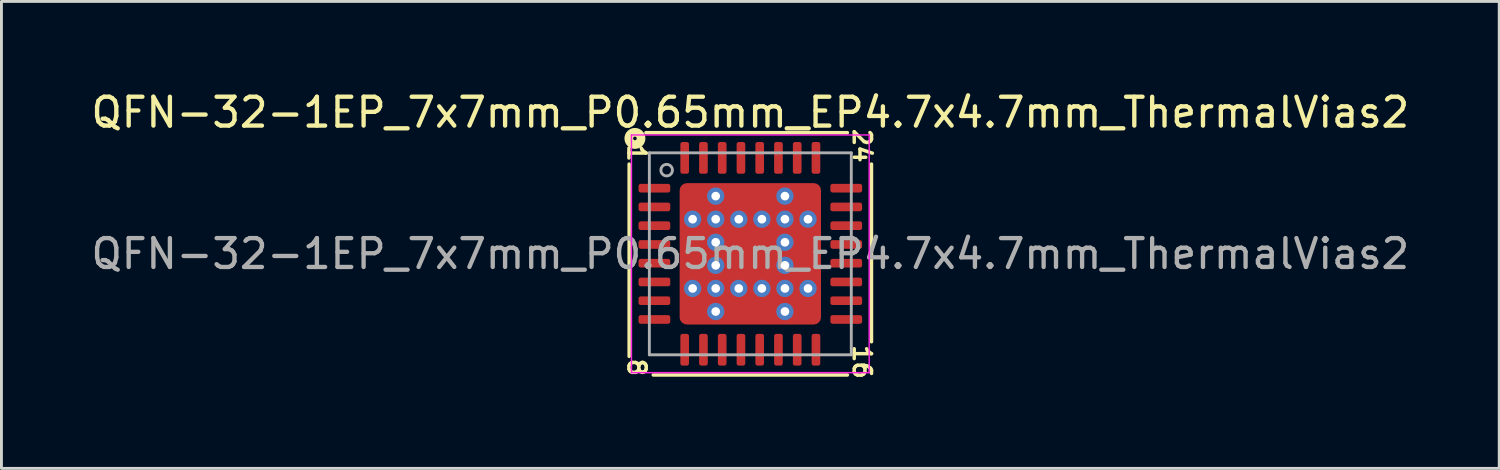
<source format=kicad_pcb>
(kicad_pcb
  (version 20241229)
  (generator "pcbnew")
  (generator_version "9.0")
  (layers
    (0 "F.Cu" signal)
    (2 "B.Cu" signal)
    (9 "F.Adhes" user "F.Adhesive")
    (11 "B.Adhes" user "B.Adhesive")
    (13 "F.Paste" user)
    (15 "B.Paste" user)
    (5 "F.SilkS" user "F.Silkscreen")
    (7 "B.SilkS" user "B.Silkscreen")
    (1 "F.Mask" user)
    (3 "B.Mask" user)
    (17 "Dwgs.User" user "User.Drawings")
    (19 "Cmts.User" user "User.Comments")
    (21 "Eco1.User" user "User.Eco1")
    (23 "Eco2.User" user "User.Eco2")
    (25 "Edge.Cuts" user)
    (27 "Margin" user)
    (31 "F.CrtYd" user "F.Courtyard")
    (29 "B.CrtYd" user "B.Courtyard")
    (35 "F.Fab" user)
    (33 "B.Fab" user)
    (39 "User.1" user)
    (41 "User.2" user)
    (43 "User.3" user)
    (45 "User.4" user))
  (footprint "QFN-32-1EP_7x7mm_P0.65mm_EP4.7x4.7mm_ThermalVias2"
    (layer "F.Cu")
    (at 22.958 5.748)
    (property "Reference" "QFN-32-1EP_7x7mm_P0.65mm_EP4.7x4.7mm_ThermalVias2" (at 0 -4.9 0) (layer "F.SilkS") (effects (font (size 1 1) (thickness 0.15))))
    (attr smd)
    (fp_line (start -4.2 -3.111) (end -4.2 3.556) (stroke (width 0.12) (type solid)) (layer "F.SilkS"))
    (fp_line (start -3.365 4.2) (end 3.365 4.2) (stroke (width 0.12) (type solid)) (layer "F.SilkS"))
    (fp_line (start 3.365 -4.2) (end -3.619 -4.2) (stroke (width 0.12) (type solid)) (layer "F.SilkS"))
    (fp_line (start 4.2 3.048) (end 4.2 -3.111) (stroke (width 0.12) (type solid)) (layer "F.SilkS"))
    (fp_circle (center -4 -4) (end -3.937 -4) (stroke (width 0.3) (type solid)) (fill no) (layer "F.SilkS"))
    (fp_line (start -4.12 -4.12) (end -4.12 4.12) (stroke (width 0.05) (type solid)) (layer "F.CrtYd"))
    (fp_line (start -4.12 4.12) (end 4.12 4.12) (stroke (width 0.05) (type solid)) (layer "F.CrtYd"))
    (fp_line (start 4.12 -4.12) (end -4.12 -4.12) (stroke (width 0.05) (type solid)) (layer "F.CrtYd"))
    (fp_line (start 4.12 4.12) (end 4.12 -4.12) (stroke (width 0.05) (type solid)) (layer "F.CrtYd"))
    (fp_line (start -3.5 -3.5) (end 3.5 -3.5) (stroke (width 0.1) (type solid)) (layer "F.Fab"))
    (fp_line (start -3.5 3.5) (end -3.5 -3.5) (stroke (width 0.1) (type solid)) (layer "F.Fab"))
    (fp_line (start 3.5 -3.5) (end 3.5 3.5) (stroke (width 0.1) (type solid)) (layer "F.Fab"))
    (fp_line (start 3.5 3.5) (end -3.5 3.5) (stroke (width 0.1) (type solid)) (layer "F.Fab"))
    (fp_circle (center -2.9 -2.9) (end -2.7 -2.9) (stroke (width 0.1) (type solid)) (fill no) (layer "F.Fab"))
    (fp_text user "16" (at 3.873 3.747 270) (unlocked yes) (layer "F.SilkS") (effects (font (size 0.6 0.6) (thickness 0.12))))
    (fp_text user "8" (at -3.937 3.937 270) (unlocked yes) (layer "F.SilkS") (effects (font (size 0.6 0.6) (thickness 0.12))))
    (fp_text user "1" (at -3.937 -3.493 270) (unlocked yes) (layer "F.SilkS") (effects (font (size 0.6 0.6) (thickness 0.12))))
    (fp_text user "24" (at 3.873 -3.747 270) (unlocked yes) (layer "F.SilkS") (effects (font (size 0.6 0.6) (thickness 0.12))))
    (fp_text user "${REFERENCE}" (at 0 0 0) (layer "F.Fab") (effects (font (size 1 1) (thickness 0.15))))
    (pad "" smd roundrect (at -1.925 -1.925) (size 0.65 0.65) (layers "F.Paste") (roundrect_rratio 0.25))
    (pad "" smd roundrect (at -1.925 -1.925) (size 0.85 0.85) (layers "F.Mask") (roundrect_rratio 0.25))
    (pad "" smd roundrect (at -1.925 -0.45) (size 0.65 0.7) (layers "F.Paste") (roundrect_rratio 0.25))
    (pad "" smd roundrect (at -1.925 0) (size 0.85 1.8) (layers "F.Mask") (roundrect_rratio 0.25))
    (pad "" smd roundrect (at -1.925 0.45) (size 0.65 0.7) (layers "F.Paste") (roundrect_rratio 0.25))
    (pad "" smd roundrect (at -1.925 1.925) (size 0.65 0.65) (layers "F.Paste") (roundrect_rratio 0.25))
    (pad "" smd roundrect (at -1.925 1.925) (size 0.85 0.85) (layers "F.Mask") (roundrect_rratio 0.25))
    (pad "" smd roundrect (at -0.45 -1.925) (size 0.7 0.65) (layers "F.Paste") (roundrect_rratio 0.25))
    (pad "" smd roundrect (at -0.45 -0.45) (size 0.7 0.7) (layers "F.Paste") (roundrect_rratio 0.25))
    (pad "" smd roundrect (at -0.45 0.45) (size 0.7 0.7) (layers "F.Paste") (roundrect_rratio 0.25))
    (pad "" smd roundrect (at -0.45 1.925) (size 0.7 0.65) (layers "F.Paste") (roundrect_rratio 0.25))
    (pad "" smd roundrect (at 0 -1.925) (size 1.8 0.85) (layers "F.Mask") (roundrect_rratio 0.25))
    (pad "" smd roundrect (at 0 0) (size 1.8 1.8) (layers "F.Mask") (roundrect_rratio 0.139))
    (pad "" smd roundrect (at 0 1.925) (size 1.8 0.85) (layers "F.Mask") (roundrect_rratio 0.25))
    (pad "" smd roundrect (at 0.45 -1.925) (size 0.7 0.65) (layers "F.Paste") (roundrect_rratio 0.25))
    (pad "" smd roundrect (at 0.45 -0.45) (size 0.7 0.7) (layers "F.Paste") (roundrect_rratio 0.25))
    (pad "" smd roundrect (at 0.45 0.45) (size 0.7 0.7) (layers "F.Paste") (roundrect_rratio 0.25))
    (pad "" smd roundrect (at 0.45 1.925) (size 0.7 0.65) (layers "F.Paste") (roundrect_rratio 0.25))
    (pad "" smd roundrect (at 1.925 -1.925) (size 0.65 0.65) (layers "F.Paste") (roundrect_rratio 0.25))
    (pad "" smd roundrect (at 1.925 -1.925) (size 0.85 0.85) (layers "F.Mask") (roundrect_rratio 0.25))
    (pad "" smd roundrect (at 1.925 -0.45) (size 0.65 0.7) (layers "F.Paste") (roundrect_rratio 0.25))
    (pad "" smd roundrect (at 1.925 0) (size 0.85 1.8) (layers "F.Mask") (roundrect_rratio 0.25))
    (pad "" smd roundrect (at 1.925 0.45) (size 0.65 0.7) (layers "F.Paste") (roundrect_rratio 0.25))
    (pad "" smd roundrect (at 1.925 1.925) (size 0.65 0.65) (layers "F.Paste") (roundrect_rratio 0.25))
    (pad "" smd roundrect (at 1.925 1.925) (size 0.85 0.85) (layers "F.Mask") (roundrect_rratio 0.25))
    (pad "1" smd roundrect (at -3.325 -2.275) (size 1.1 0.3) (layers "F.Cu" "F.Mask" "F.Paste") (roundrect_rratio 0.25))
    (pad "2" smd roundrect (at -3.325 -1.625) (size 1.1 0.3) (layers "F.Cu" "F.Mask" "F.Paste") (roundrect_rratio 0.25))
    (pad "3" smd roundrect (at -3.325 -0.975) (size 1.1 0.3) (layers "F.Cu" "F.Mask" "F.Paste") (roundrect_rratio 0.25))
    (pad "4" smd roundrect (at -3.325 -0.325) (size 1.1 0.3) (layers "F.Cu" "F.Mask" "F.Paste") (roundrect_rratio 0.25))
    (pad "5" smd roundrect (at -3.325 0.325) (size 1.1 0.3) (layers "F.Cu" "F.Mask" "F.Paste") (roundrect_rratio 0.25))
    (pad "6" smd roundrect (at -3.325 0.975) (size 1.1 0.3) (layers "F.Cu" "F.Mask" "F.Paste") (roundrect_rratio 0.25))
    (pad "7" smd roundrect (at -3.325 1.625) (size 1.1 0.3) (layers "F.Cu" "F.Mask" "F.Paste") (roundrect_rratio 0.25))
    (pad "8" smd roundrect (at -3.325 2.275) (size 1.1 0.3) (layers "F.Cu" "F.Mask" "F.Paste") (roundrect_rratio 0.25))
    (pad "9" smd roundrect (at -2.275 3.325) (size 0.3 1.1) (layers "F.Cu" "F.Mask" "F.Paste") (roundrect_rratio 0.25))
    (pad "10" smd roundrect (at -1.625 3.325) (size 0.3 1.1) (layers "F.Cu" "F.Mask" "F.Paste") (roundrect_rratio 0.25))
    (pad "11" smd roundrect (at -0.975 3.325) (size 0.3 1.1) (layers "F.Cu" "F.Mask" "F.Paste") (roundrect_rratio 0.25))
    (pad "12" smd roundrect (at -0.325 3.325) (size 0.3 1.1) (layers "F.Cu" "F.Mask" "F.Paste") (roundrect_rratio 0.25))
    (pad "13" smd roundrect (at 0.325 3.325) (size 0.3 1.1) (layers "F.Cu" "F.Mask" "F.Paste") (roundrect_rratio 0.25))
    (pad "14" smd roundrect (at 0.975 3.325) (size 0.3 1.1) (layers "F.Cu" "F.Mask" "F.Paste") (roundrect_rratio 0.25))
    (pad "15" smd roundrect (at 1.625 3.325) (size 0.3 1.1) (layers "F.Cu" "F.Mask" "F.Paste") (roundrect_rratio 0.25))
    (pad "16" smd roundrect (at 2.275 3.325) (size 0.3 1.1) (layers "F.Cu" "F.Mask" "F.Paste") (roundrect_rratio 0.25))
    (pad "17" smd roundrect (at 3.325 2.275) (size 1.1 0.3) (layers "F.Cu" "F.Mask" "F.Paste") (roundrect_rratio 0.25))
    (pad "18" smd roundrect (at 3.325 1.625) (size 1.1 0.3) (layers "F.Cu" "F.Mask" "F.Paste") (roundrect_rratio 0.25))
    (pad "19" smd roundrect (at 3.325 0.975) (size 1.1 0.3) (layers "F.Cu" "F.Mask" "F.Paste") (roundrect_rratio 0.25))
    (pad "20" smd roundrect (at 3.325 0.325) (size 1.1 0.3) (layers "F.Cu" "F.Mask" "F.Paste") (roundrect_rratio 0.25))
    (pad "21" smd roundrect (at 3.325 -0.325) (size 1.1 0.3) (layers "F.Cu" "F.Mask" "F.Paste") (roundrect_rratio 0.25))
    (pad "22" smd roundrect (at 3.325 -0.975) (size 1.1 0.3) (layers "F.Cu" "F.Mask" "F.Paste") (roundrect_rratio 0.25))
    (pad "23" smd roundrect (at 3.325 -1.625) (size 1.1 0.3) (layers "F.Cu" "F.Mask" "F.Paste") (roundrect_rratio 0.25))
    (pad "24" smd roundrect (at 3.325 -2.275) (size 1.1 0.3) (layers "F.Cu" "F.Mask" "F.Paste") (roundrect_rratio 0.25))
    (pad "25" smd roundrect (at 2.275 -3.325) (size 0.3 1.1) (layers "F.Cu" "F.Mask" "F.Paste") (roundrect_rratio 0.25))
    (pad "26" smd roundrect (at 1.625 -3.325) (size 0.3 1.1) (layers "F.Cu" "F.Mask" "F.Paste") (roundrect_rratio 0.25))
    (pad "27" smd roundrect (at 0.975 -3.325) (size 0.3 1.1) (layers "F.Cu" "F.Mask" "F.Paste") (roundrect_rratio 0.25))
    (pad "28" smd roundrect (at 0.325 -3.325) (size 0.3 1.1) (layers "F.Cu" "F.Mask" "F.Paste") (roundrect_rratio 0.25))
    (pad "29" smd roundrect (at -0.325 -3.325) (size 0.3 1.1) (layers "F.Cu" "F.Mask" "F.Paste") (roundrect_rratio 0.25))
    (pad "30" smd roundrect (at -0.975 -3.325) (size 0.3 1.1) (layers "F.Cu" "F.Mask" "F.Paste") (roundrect_rratio 0.25))
    (pad "31" smd roundrect (at -1.625 -3.325) (size 0.3 1.1) (layers "F.Cu" "F.Mask" "F.Paste") (roundrect_rratio 0.25))
    (pad "32" smd roundrect (at -2.275 -3.325) (size 0.3 1.1) (layers "F.Cu" "F.Mask" "F.Paste") (roundrect_rratio 0.25))
    (pad "33" thru_hole circle (at -2 -1.2) (size 0.6 0.6) (drill 0.3) (property pad_prop_heatsink) (layers "*.Cu" "*.Mask"))
    (pad "33" thru_hole circle (at -2 1.2) (size 0.6 0.6) (drill 0.3) (property pad_prop_heatsink) (layers "*.Cu" "*.Mask"))
    (pad "33" thru_hole circle (at -1.2 -2) (size 0.6 0.6) (drill 0.3) (property pad_prop_heatsink) (layers "*.Cu" "*.Mask"))
    (pad "33" thru_hole circle (at -1.2 -1.2) (size 0.6 0.6) (drill 0.3) (property pad_prop_heatsink) (layers "*.Cu" "*.Mask"))
    (pad "33" thru_hole circle (at -1.2 -0.4) (size 0.6 0.6) (drill 0.3) (property pad_prop_heatsink) (layers "*.Cu" "*.Mask"))
    (pad "33" thru_hole circle (at -1.2 0.4) (size 0.6 0.6) (drill 0.3) (property pad_prop_heatsink) (layers "*.Cu" "*.Mask"))
    (pad "33" thru_hole circle (at -1.2 1.2) (size 0.6 0.6) (drill 0.3) (property pad_prop_heatsink) (layers "*.Cu" "*.Mask"))
    (pad "33" thru_hole circle (at -1.2 2) (size 0.6 0.6) (drill 0.3) (property pad_prop_heatsink) (layers "*.Cu" "*.Mask"))
    (pad "33" thru_hole circle (at -0.4 -1.2) (size 0.6 0.6) (drill 0.3) (property pad_prop_heatsink) (layers "*.Cu" "*.Mask"))
    (pad "33" thru_hole circle (at -0.4 1.2) (size 0.6 0.6) (drill 0.3) (property pad_prop_heatsink) (layers "*.Cu" "*.Mask"))
    (pad "33" smd roundrect (at 0 0) (size 4.9 4.9) (layers "F.Cu") (roundrect_rratio 0.051))
    (pad "33" thru_hole circle (at 0.4 -1.2) (size 0.6 0.6) (drill 0.3) (property pad_prop_heatsink) (layers "*.Cu" "*.Mask"))
    (pad "33" thru_hole circle (at 0.4 1.2) (size 0.6 0.6) (drill 0.3) (property pad_prop_heatsink) (layers "*.Cu" "*.Mask"))
    (pad "33" thru_hole circle (at 1.2 -2) (size 0.6 0.6) (drill 0.3) (property pad_prop_heatsink) (layers "*.Cu" "*.Mask"))
    (pad "33" thru_hole circle (at 1.2 -1.2) (size 0.6 0.6) (drill 0.3) (property pad_prop_heatsink) (layers "*.Cu" "*.Mask"))
    (pad "33" thru_hole circle (at 1.2 -0.4) (size 0.6 0.6) (drill 0.3) (property pad_prop_heatsink) (layers "*.Cu" "*.Mask"))
    (pad "33" thru_hole circle (at 1.2 0.4) (size 0.6 0.6) (drill 0.3) (property pad_prop_heatsink) (layers "*.Cu" "*.Mask"))
    (pad "33" thru_hole circle (at 1.2 1.2) (size 0.6 0.6) (drill 0.3) (property pad_prop_heatsink) (layers "*.Cu" "*.Mask"))
    (pad "33" thru_hole circle (at 1.2 2) (size 0.6 0.6) (drill 0.3) (property pad_prop_heatsink) (layers "*.Cu" "*.Mask"))
    (pad "33" thru_hole circle (at 2 -1.2) (size 0.6 0.6) (drill 0.3) (property pad_prop_heatsink) (layers "*.Cu" "*.Mask"))
    (pad "33" thru_hole circle (at 2 1.2) (size 0.6 0.6) (drill 0.3) (property pad_prop_heatsink) (layers "*.Cu" "*.Mask")))
  (gr_rect
    (start -3 -3)
    (end 48.917 13.186)
    (stroke (width 0.1) (type default))
    (fill no)
    (layer "Edge.Cuts")))
</source>
